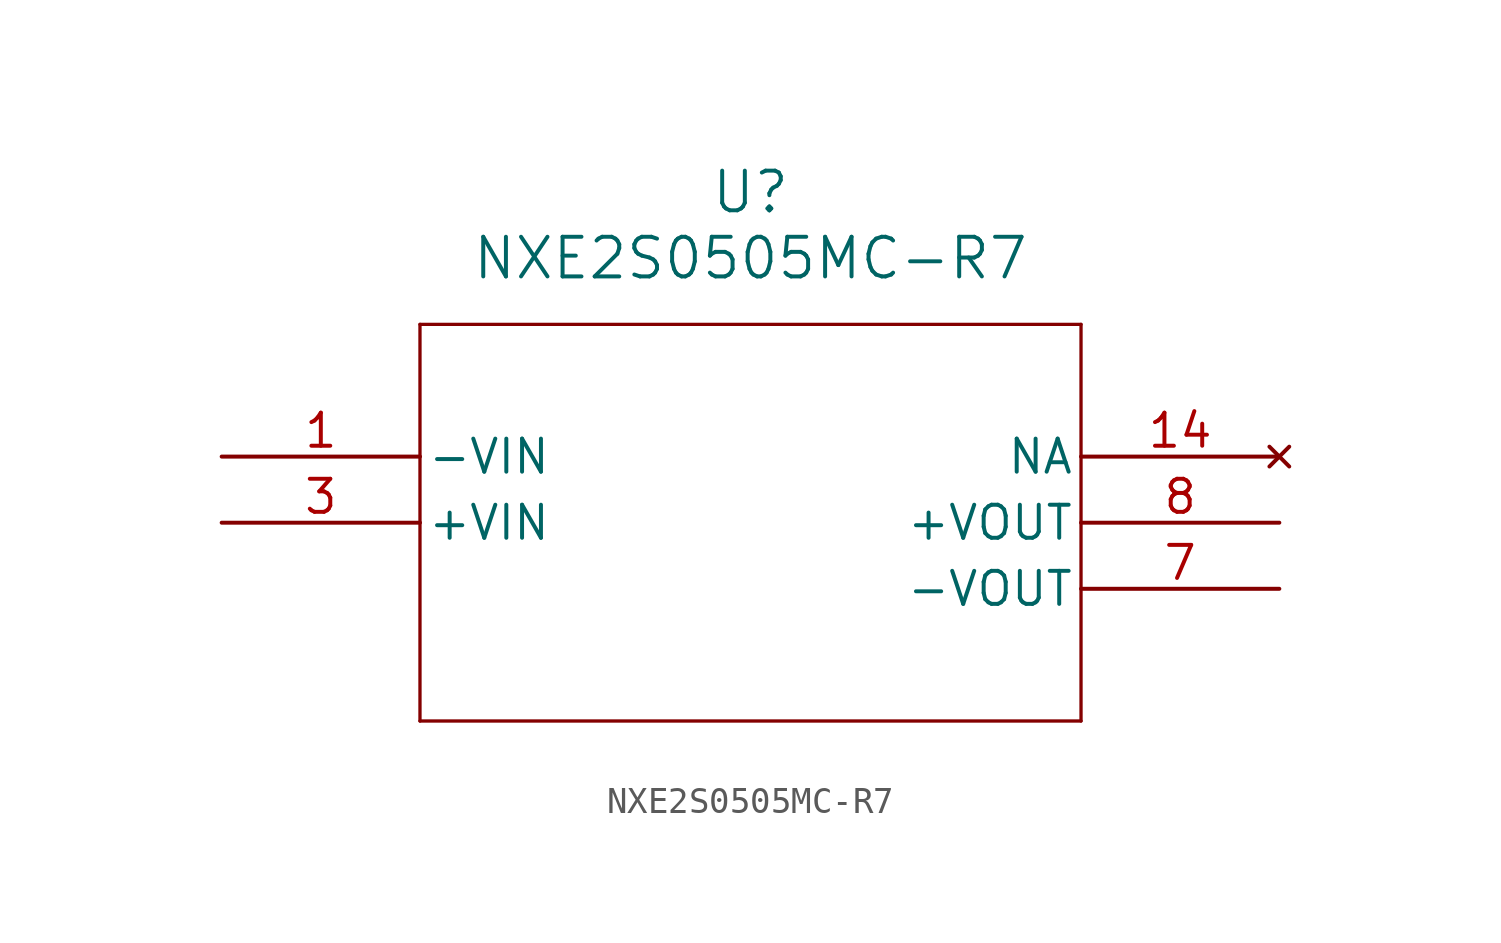
<source format=kicad_sym>
(kicad_symbol_lib
  (version 20211014)
  (generator kicad_symbol_editor)
  (symbol "NXE2S0505MC-R7"
    (pin_names
      (offset 0.254))
    (property "Reference" "U"
      (at 20.32 10.16 0)
      (effects (font (size 1.524 1.524))))
    (property "Value" "NXE2S0505MC-R7"
      (at 20.32 7.62 0)
      (effects (font (size 1.524 1.524))))
    (symbol "NXE2S0505MC-R7_0_1"
      (polyline (pts (xy 7.62 5.08) (xy 7.62 -10.16)) (stroke (width 0.127) (type default) (color 0 0 0 0)) (fill (type none)))
      (polyline (pts (xy 7.62 -10.16) (xy 33.02 -10.16)) (stroke (width 0.127) (type default) (color 0 0 0 0)) (fill (type none)))
      (polyline (pts (xy 33.02 -10.16) (xy 33.02 5.08)) (stroke (width 0.127) (type default) (color 0 0 0 0)) (fill (type none)))
      (polyline (pts (xy 33.02 5.08) (xy 7.62 5.08)) (stroke (width 0.127) (type default) (color 0 0 0 0)) (fill (type none)))
      (pin power_in line (at 0 0 0) (length 7.62) (name "-VIN" (effects (font (size 1.27 1.27)))) (number "1" (effects (font (size 1.27 1.27)))))
      (pin power_in line (at 0 -2.54 0) (length 7.62) (name "+VIN" (effects (font (size 1.27 1.27)))) (number "3" (effects (font (size 1.27 1.27)))))
      (pin output line (at 40.64 -5.08 180) (length 7.62) (name "-VOUT" (effects (font (size 1.27 1.27)))) (number "7" (effects (font (size 1.27 1.27)))))
      (pin output line (at 40.64 -2.54 180) (length 7.62) (name "+VOUT" (effects (font (size 1.27 1.27)))) (number "8" (effects (font (size 1.27 1.27)))))
      (pin no_connect line (at 40.64 0 180) (length 7.62) (name "NA" (effects (font (size 1.27 1.27)))) (number "14" (effects (font (size 1.27 1.27))))))))
</source>
